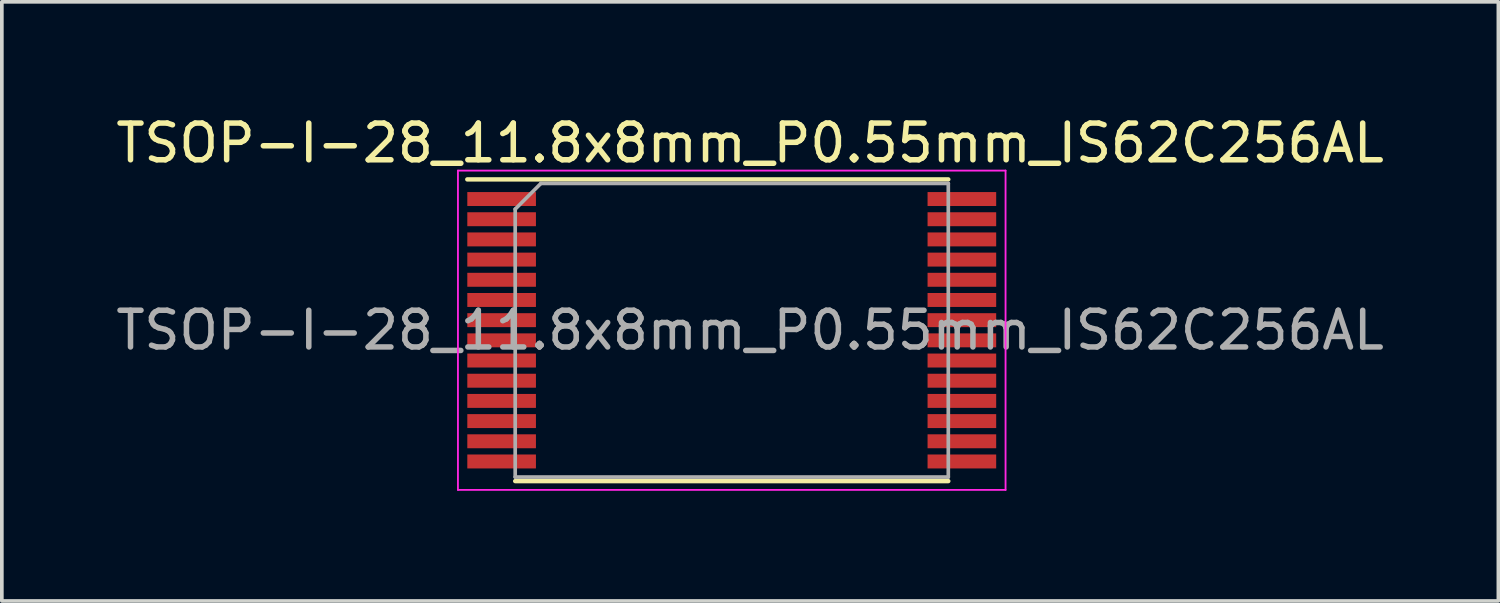
<source format=kicad_pcb>
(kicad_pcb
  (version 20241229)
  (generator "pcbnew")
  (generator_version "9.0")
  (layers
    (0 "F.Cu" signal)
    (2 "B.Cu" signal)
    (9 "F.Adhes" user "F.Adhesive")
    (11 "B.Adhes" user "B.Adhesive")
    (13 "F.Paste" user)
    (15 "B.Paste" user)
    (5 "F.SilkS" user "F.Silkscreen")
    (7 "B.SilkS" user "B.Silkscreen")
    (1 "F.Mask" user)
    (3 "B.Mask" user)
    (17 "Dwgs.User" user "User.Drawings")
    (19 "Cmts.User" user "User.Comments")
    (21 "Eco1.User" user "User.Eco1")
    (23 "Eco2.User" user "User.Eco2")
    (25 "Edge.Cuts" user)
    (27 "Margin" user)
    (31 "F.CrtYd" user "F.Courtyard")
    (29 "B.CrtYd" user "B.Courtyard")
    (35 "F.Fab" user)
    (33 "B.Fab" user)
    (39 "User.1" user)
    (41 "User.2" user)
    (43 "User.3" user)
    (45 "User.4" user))
  (footprint "TSOP-I-28_11.8x8mm_P0.55mm_IS62C256AL"
    (layer "F.Cu")
    (at 16.887 5.948)
    (property "Reference" "TSOP-I-28_11.8x8mm_P0.55mm_IS62C256AL" (at 0.5 -5.1 0) (layer "F.SilkS") (effects (font (size 1 1) (thickness 0.15))))
    (attr smd)
    (fp_line (start -7.205 -4.11) (end 5.9 -4.11) (stroke (width 0.12) (type solid)) (layer "F.SilkS"))
    (fp_line (start -5.9 4.11) (end 5.9 4.11) (stroke (width 0.12) (type solid)) (layer "F.SilkS"))
    (fp_line (start -7.46 -4.35) (end -7.46 4.35) (stroke (width 0.05) (type solid)) (layer "F.CrtYd"))
    (fp_line (start -7.46 -4.35) (end 7.46 -4.35) (stroke (width 0.05) (type solid)) (layer "F.CrtYd"))
    (fp_line (start 7.46 4.35) (end -7.46 4.35) (stroke (width 0.05) (type solid)) (layer "F.CrtYd"))
    (fp_line (start 7.46 4.35) (end 7.46 -4.35) (stroke (width 0.05) (type solid)) (layer "F.CrtYd"))
    (fp_line (start -5.9 -3.3) (end -5.9 4) (stroke (width 0.1) (type solid)) (layer "F.Fab"))
    (fp_line (start -5.9 -3.3) (end -5.2 -4) (stroke (width 0.1) (type solid)) (layer "F.Fab"))
    (fp_line (start 5.9 -4) (end -5.2 -4) (stroke (width 0.1) (type solid)) (layer "F.Fab"))
    (fp_line (start 5.9 -4) (end 5.9 4) (stroke (width 0.1) (type solid)) (layer "F.Fab"))
    (fp_line (start 5.9 4) (end -5.9 4) (stroke (width 0.1) (type solid)) (layer "F.Fab"))
    (fp_text user "${REFERENCE}" (at 0.5 0 0) (layer "F.Fab") (effects (font (size 1 1) (thickness 0.15))))
    (pad "1" smd rect (at -6.27 0.275) (size 1.87 0.38) (layers "F.Cu" "F.Mask" "F.Paste"))
    (pad "2" smd rect (at -6.27 0.825) (size 1.87 0.38) (layers "F.Cu" "F.Mask" "F.Paste"))
    (pad "3" smd rect (at -6.27 1.375) (size 1.87 0.38) (layers "F.Cu" "F.Mask" "F.Paste"))
    (pad "4" smd rect (at -6.27 1.925) (size 1.87 0.38) (layers "F.Cu" "F.Mask" "F.Paste"))
    (pad "5" smd rect (at -6.27 2.475) (size 1.87 0.38) (layers "F.Cu" "F.Mask" "F.Paste"))
    (pad "6" smd rect (at -6.27 3.025) (size 1.87 0.38) (layers "F.Cu" "F.Mask" "F.Paste"))
    (pad "7" smd rect (at -6.27 3.575) (size 1.87 0.38) (layers "F.Cu" "F.Mask" "F.Paste"))
    (pad "8" smd rect (at 6.27 3.575) (size 1.87 0.38) (layers "F.Cu" "F.Mask" "F.Paste"))
    (pad "9" smd rect (at 6.27 3.025) (size 1.87 0.38) (layers "F.Cu" "F.Mask" "F.Paste"))
    (pad "10" smd rect (at 6.27 2.475) (size 1.87 0.38) (layers "F.Cu" "F.Mask" "F.Paste"))
    (pad "11" smd rect (at 6.27 1.925) (size 1.87 0.38) (layers "F.Cu" "F.Mask" "F.Paste"))
    (pad "12" smd rect (at 6.27 1.375) (size 1.87 0.38) (layers "F.Cu" "F.Mask" "F.Paste"))
    (pad "13" smd rect (at 6.27 0.825) (size 1.87 0.38) (layers "F.Cu" "F.Mask" "F.Paste"))
    (pad "14" smd rect (at 6.27 0.275) (size 1.87 0.38) (layers "F.Cu" "F.Mask" "F.Paste"))
    (pad "15" smd rect (at 6.27 -0.275) (size 1.87 0.38) (layers "F.Cu" "F.Mask" "F.Paste"))
    (pad "16" smd rect (at 6.27 -0.825) (size 1.87 0.38) (layers "F.Cu" "F.Mask" "F.Paste"))
    (pad "17" smd rect (at 6.27 -1.375) (size 1.87 0.38) (layers "F.Cu" "F.Mask" "F.Paste"))
    (pad "18" smd rect (at 6.27 -1.925) (size 1.87 0.38) (layers "F.Cu" "F.Mask" "F.Paste"))
    (pad "19" smd rect (at 6.27 -2.475) (size 1.87 0.38) (layers "F.Cu" "F.Mask" "F.Paste"))
    (pad "20" smd rect (at 6.27 -3.025) (size 1.87 0.38) (layers "F.Cu" "F.Mask" "F.Paste"))
    (pad "21" smd rect (at 6.27 -3.575) (size 1.87 0.38) (layers "F.Cu" "F.Mask" "F.Paste"))
    (pad "22" smd rect (at -6.27 -3.575) (size 1.87 0.38) (layers "F.Cu" "F.Mask" "F.Paste"))
    (pad "23" smd rect (at -6.27 -3.025) (size 1.87 0.38) (layers "F.Cu" "F.Mask" "F.Paste"))
    (pad "24" smd rect (at -6.27 -2.475) (size 1.87 0.38) (layers "F.Cu" "F.Mask" "F.Paste"))
    (pad "25" smd rect (at -6.27 -1.925) (size 1.87 0.38) (layers "F.Cu" "F.Mask" "F.Paste"))
    (pad "26" smd rect (at -6.27 -1.375) (size 1.87 0.38) (layers "F.Cu" "F.Mask" "F.Paste"))
    (pad "27" smd rect (at -6.27 -0.825) (size 1.87 0.38) (layers "F.Cu" "F.Mask" "F.Paste"))
    (pad "28" smd rect (at -6.27 -0.275) (size 1.87 0.38) (layers "F.Cu" "F.Mask" "F.Paste")))
  (gr_rect
    (start -3 -3)
    (end 37.774 13.323)
    (stroke (width 0.1) (type default))
    (fill no)
    (layer "Edge.Cuts")))
</source>
